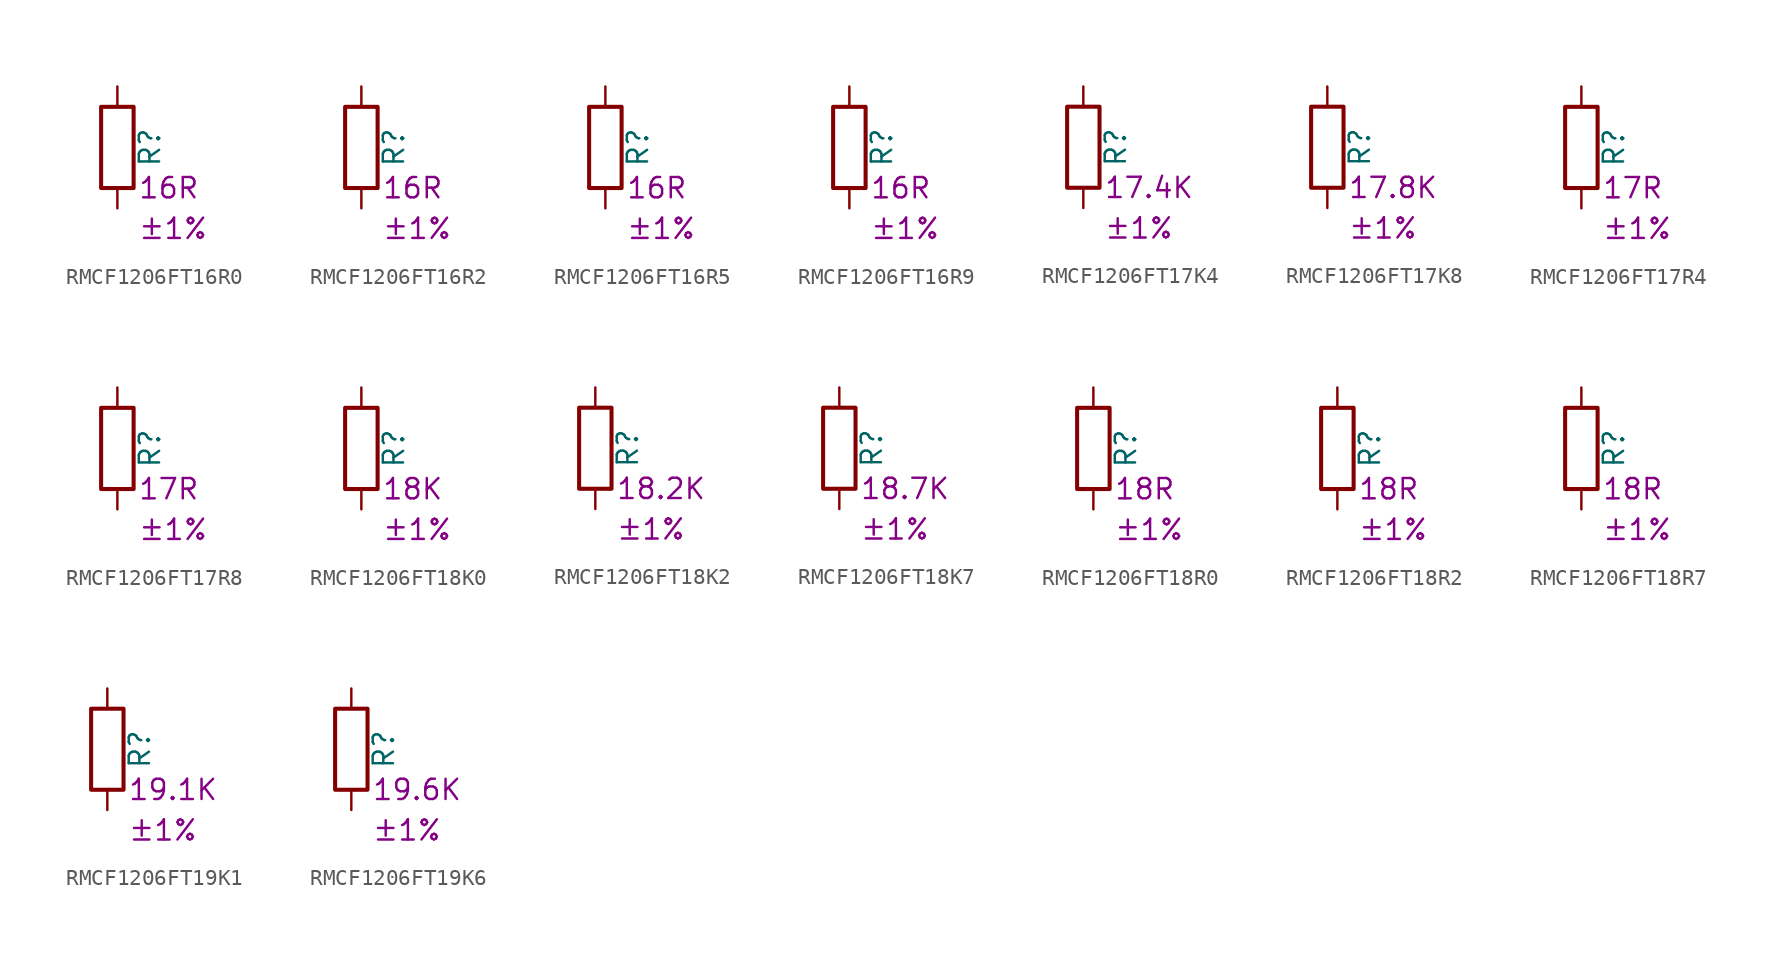
<source format=kicad_sym>
(kicad_symbol_lib
  (version 20220914)
  (generator kicad_symbol_editor)
  (symbol "RMCF1206FT16R0"
    (pin_numbers hide)
    (pin_names
      (offset 0))
    (property "Reference" "R"
      (at 2.032 0 90)
      (effects (font (size 1.27 1.27))))
    (property "Resistance" "16R"
      (at 1.27 -2.54 0)
      (effects (font (size 1.27 1.27)) (justify left)))
    (property "Tolerance" "±1%"
      (at 1.27 -5.08 0)
      (effects (font (size 1.27 1.27)) (justify left)))
    (symbol "RMCF1206FT16R0_0_1"
      (rectangle (start -1.016 -2.54) (end 1.016 2.54) (stroke (width 0.254) (type default)) (fill (type none))))
    (symbol "RMCF1206FT16R0_1_1"
      (pin passive line (at 0 3.81 270) (length 1.27) (name "~" (effects (font (size 1.27 1.27)))) (number "1" (effects (font (size 1.27 1.27)))))
      (pin passive line (at 0 -3.81 90) (length 1.27) (name "~" (effects (font (size 1.27 1.27)))) (number "2" (effects (font (size 1.27 1.27)))))))
  (symbol "RMCF1206FT16R2"
    (pin_numbers hide)
    (pin_names
      (offset 0))
    (property "Reference" "R"
      (at 2.032 0 90)
      (effects (font (size 1.27 1.27))))
    (property "Resistance" "16R"
      (at 1.27 -2.54 0)
      (effects (font (size 1.27 1.27)) (justify left)))
    (property "Tolerance" "±1%"
      (at 1.27 -5.08 0)
      (effects (font (size 1.27 1.27)) (justify left)))
    (symbol "RMCF1206FT16R2_0_1"
      (rectangle (start -1.016 -2.54) (end 1.016 2.54) (stroke (width 0.254) (type default)) (fill (type none))))
    (symbol "RMCF1206FT16R2_1_1"
      (pin passive line (at 0 3.81 270) (length 1.27) (name "~" (effects (font (size 1.27 1.27)))) (number "1" (effects (font (size 1.27 1.27)))))
      (pin passive line (at 0 -3.81 90) (length 1.27) (name "~" (effects (font (size 1.27 1.27)))) (number "2" (effects (font (size 1.27 1.27)))))))
  (symbol "RMCF1206FT16R5"
    (pin_numbers hide)
    (pin_names
      (offset 0))
    (property "Reference" "R"
      (at 2.032 0 90)
      (effects (font (size 1.27 1.27))))
    (property "Resistance" "16R"
      (at 1.27 -2.54 0)
      (effects (font (size 1.27 1.27)) (justify left)))
    (property "Tolerance" "±1%"
      (at 1.27 -5.08 0)
      (effects (font (size 1.27 1.27)) (justify left)))
    (symbol "RMCF1206FT16R5_0_1"
      (rectangle (start -1.016 -2.54) (end 1.016 2.54) (stroke (width 0.254) (type default)) (fill (type none))))
    (symbol "RMCF1206FT16R5_1_1"
      (pin passive line (at 0 3.81 270) (length 1.27) (name "~" (effects (font (size 1.27 1.27)))) (number "1" (effects (font (size 1.27 1.27)))))
      (pin passive line (at 0 -3.81 90) (length 1.27) (name "~" (effects (font (size 1.27 1.27)))) (number "2" (effects (font (size 1.27 1.27)))))))
  (symbol "RMCF1206FT16R9"
    (pin_numbers hide)
    (pin_names
      (offset 0))
    (property "Reference" "R"
      (at 2.032 0 90)
      (effects (font (size 1.27 1.27))))
    (property "Resistance" "16R"
      (at 1.27 -2.54 0)
      (effects (font (size 1.27 1.27)) (justify left)))
    (property "Tolerance" "±1%"
      (at 1.27 -5.08 0)
      (effects (font (size 1.27 1.27)) (justify left)))
    (symbol "RMCF1206FT16R9_0_1"
      (rectangle (start -1.016 -2.54) (end 1.016 2.54) (stroke (width 0.254) (type default)) (fill (type none))))
    (symbol "RMCF1206FT16R9_1_1"
      (pin passive line (at 0 3.81 270) (length 1.27) (name "~" (effects (font (size 1.27 1.27)))) (number "1" (effects (font (size 1.27 1.27)))))
      (pin passive line (at 0 -3.81 90) (length 1.27) (name "~" (effects (font (size 1.27 1.27)))) (number "2" (effects (font (size 1.27 1.27)))))))
  (symbol "RMCF1206FT17K4"
    (pin_numbers hide)
    (pin_names
      (offset 0))
    (property "Reference" "R"
      (at 2.032 0 90)
      (effects (font (size 1.27 1.27))))
    (property "Resistance" "17.4K"
      (at 1.27 -2.54 0)
      (effects (font (size 1.27 1.27)) (justify left)))
    (property "Tolerance" "±1%"
      (at 1.27 -5.08 0)
      (effects (font (size 1.27 1.27)) (justify left)))
    (symbol "RMCF1206FT17K4_0_1"
      (rectangle (start -1.016 -2.54) (end 1.016 2.54) (stroke (width 0.254) (type default)) (fill (type none))))
    (symbol "RMCF1206FT17K4_1_1"
      (pin passive line (at 0 3.81 270) (length 1.27) (name "~" (effects (font (size 1.27 1.27)))) (number "1" (effects (font (size 1.27 1.27)))))
      (pin passive line (at 0 -3.81 90) (length 1.27) (name "~" (effects (font (size 1.27 1.27)))) (number "2" (effects (font (size 1.27 1.27)))))))
  (symbol "RMCF1206FT17K8"
    (pin_numbers hide)
    (pin_names
      (offset 0))
    (property "Reference" "R"
      (at 2.032 0 90)
      (effects (font (size 1.27 1.27))))
    (property "Resistance" "17.8K"
      (at 1.27 -2.54 0)
      (effects (font (size 1.27 1.27)) (justify left)))
    (property "Tolerance" "±1%"
      (at 1.27 -5.08 0)
      (effects (font (size 1.27 1.27)) (justify left)))
    (symbol "RMCF1206FT17K8_0_1"
      (rectangle (start -1.016 -2.54) (end 1.016 2.54) (stroke (width 0.254) (type default)) (fill (type none))))
    (symbol "RMCF1206FT17K8_1_1"
      (pin passive line (at 0 3.81 270) (length 1.27) (name "~" (effects (font (size 1.27 1.27)))) (number "1" (effects (font (size 1.27 1.27)))))
      (pin passive line (at 0 -3.81 90) (length 1.27) (name "~" (effects (font (size 1.27 1.27)))) (number "2" (effects (font (size 1.27 1.27)))))))
  (symbol "RMCF1206FT17R4"
    (pin_numbers hide)
    (pin_names
      (offset 0))
    (property "Reference" "R"
      (at 2.032 0 90)
      (effects (font (size 1.27 1.27))))
    (property "Resistance" "17R"
      (at 1.27 -2.54 0)
      (effects (font (size 1.27 1.27)) (justify left)))
    (property "Tolerance" "±1%"
      (at 1.27 -5.08 0)
      (effects (font (size 1.27 1.27)) (justify left)))
    (symbol "RMCF1206FT17R4_0_1"
      (rectangle (start -1.016 -2.54) (end 1.016 2.54) (stroke (width 0.254) (type default)) (fill (type none))))
    (symbol "RMCF1206FT17R4_1_1"
      (pin passive line (at 0 3.81 270) (length 1.27) (name "~" (effects (font (size 1.27 1.27)))) (number "1" (effects (font (size 1.27 1.27)))))
      (pin passive line (at 0 -3.81 90) (length 1.27) (name "~" (effects (font (size 1.27 1.27)))) (number "2" (effects (font (size 1.27 1.27)))))))
  (symbol "RMCF1206FT17R8"
    (pin_numbers hide)
    (pin_names
      (offset 0))
    (property "Reference" "R"
      (at 2.032 0 90)
      (effects (font (size 1.27 1.27))))
    (property "Resistance" "17R"
      (at 1.27 -2.54 0)
      (effects (font (size 1.27 1.27)) (justify left)))
    (property "Tolerance" "±1%"
      (at 1.27 -5.08 0)
      (effects (font (size 1.27 1.27)) (justify left)))
    (symbol "RMCF1206FT17R8_0_1"
      (rectangle (start -1.016 -2.54) (end 1.016 2.54) (stroke (width 0.254) (type default)) (fill (type none))))
    (symbol "RMCF1206FT17R8_1_1"
      (pin passive line (at 0 3.81 270) (length 1.27) (name "~" (effects (font (size 1.27 1.27)))) (number "1" (effects (font (size 1.27 1.27)))))
      (pin passive line (at 0 -3.81 90) (length 1.27) (name "~" (effects (font (size 1.27 1.27)))) (number "2" (effects (font (size 1.27 1.27)))))))
  (symbol "RMCF1206FT18K0"
    (pin_numbers hide)
    (pin_names
      (offset 0))
    (property "Reference" "R"
      (at 2.032 0 90)
      (effects (font (size 1.27 1.27))))
    (property "Resistance" "18K"
      (at 1.27 -2.54 0)
      (effects (font (size 1.27 1.27)) (justify left)))
    (property "Tolerance" "±1%"
      (at 1.27 -5.08 0)
      (effects (font (size 1.27 1.27)) (justify left)))
    (symbol "RMCF1206FT18K0_0_1"
      (rectangle (start -1.016 -2.54) (end 1.016 2.54) (stroke (width 0.254) (type default)) (fill (type none))))
    (symbol "RMCF1206FT18K0_1_1"
      (pin passive line (at 0 3.81 270) (length 1.27) (name "~" (effects (font (size 1.27 1.27)))) (number "1" (effects (font (size 1.27 1.27)))))
      (pin passive line (at 0 -3.81 90) (length 1.27) (name "~" (effects (font (size 1.27 1.27)))) (number "2" (effects (font (size 1.27 1.27)))))))
  (symbol "RMCF1206FT18K2"
    (pin_numbers hide)
    (pin_names
      (offset 0))
    (property "Reference" "R"
      (at 2.032 0 90)
      (effects (font (size 1.27 1.27))))
    (property "Resistance" "18.2K"
      (at 1.27 -2.54 0)
      (effects (font (size 1.27 1.27)) (justify left)))
    (property "Tolerance" "±1%"
      (at 1.27 -5.08 0)
      (effects (font (size 1.27 1.27)) (justify left)))
    (symbol "RMCF1206FT18K2_0_1"
      (rectangle (start -1.016 -2.54) (end 1.016 2.54) (stroke (width 0.254) (type default)) (fill (type none))))
    (symbol "RMCF1206FT18K2_1_1"
      (pin passive line (at 0 3.81 270) (length 1.27) (name "~" (effects (font (size 1.27 1.27)))) (number "1" (effects (font (size 1.27 1.27)))))
      (pin passive line (at 0 -3.81 90) (length 1.27) (name "~" (effects (font (size 1.27 1.27)))) (number "2" (effects (font (size 1.27 1.27)))))))
  (symbol "RMCF1206FT18K7"
    (pin_numbers hide)
    (pin_names
      (offset 0))
    (property "Reference" "R"
      (at 2.032 0 90)
      (effects (font (size 1.27 1.27))))
    (property "Resistance" "18.7K"
      (at 1.27 -2.54 0)
      (effects (font (size 1.27 1.27)) (justify left)))
    (property "Tolerance" "±1%"
      (at 1.27 -5.08 0)
      (effects (font (size 1.27 1.27)) (justify left)))
    (symbol "RMCF1206FT18K7_0_1"
      (rectangle (start -1.016 -2.54) (end 1.016 2.54) (stroke (width 0.254) (type default)) (fill (type none))))
    (symbol "RMCF1206FT18K7_1_1"
      (pin passive line (at 0 3.81 270) (length 1.27) (name "~" (effects (font (size 1.27 1.27)))) (number "1" (effects (font (size 1.27 1.27)))))
      (pin passive line (at 0 -3.81 90) (length 1.27) (name "~" (effects (font (size 1.27 1.27)))) (number "2" (effects (font (size 1.27 1.27)))))))
  (symbol "RMCF1206FT18R0"
    (pin_numbers hide)
    (pin_names
      (offset 0))
    (property "Reference" "R"
      (at 2.032 0 90)
      (effects (font (size 1.27 1.27))))
    (property "Resistance" "18R"
      (at 1.27 -2.54 0)
      (effects (font (size 1.27 1.27)) (justify left)))
    (property "Tolerance" "±1%"
      (at 1.27 -5.08 0)
      (effects (font (size 1.27 1.27)) (justify left)))
    (symbol "RMCF1206FT18R0_0_1"
      (rectangle (start -1.016 -2.54) (end 1.016 2.54) (stroke (width 0.254) (type default)) (fill (type none))))
    (symbol "RMCF1206FT18R0_1_1"
      (pin passive line (at 0 3.81 270) (length 1.27) (name "~" (effects (font (size 1.27 1.27)))) (number "1" (effects (font (size 1.27 1.27)))))
      (pin passive line (at 0 -3.81 90) (length 1.27) (name "~" (effects (font (size 1.27 1.27)))) (number "2" (effects (font (size 1.27 1.27)))))))
  (symbol "RMCF1206FT18R2"
    (pin_numbers hide)
    (pin_names
      (offset 0))
    (property "Reference" "R"
      (at 2.032 0 90)
      (effects (font (size 1.27 1.27))))
    (property "Resistance" "18R"
      (at 1.27 -2.54 0)
      (effects (font (size 1.27 1.27)) (justify left)))
    (property "Tolerance" "±1%"
      (at 1.27 -5.08 0)
      (effects (font (size 1.27 1.27)) (justify left)))
    (symbol "RMCF1206FT18R2_0_1"
      (rectangle (start -1.016 -2.54) (end 1.016 2.54) (stroke (width 0.254) (type default)) (fill (type none))))
    (symbol "RMCF1206FT18R2_1_1"
      (pin passive line (at 0 3.81 270) (length 1.27) (name "~" (effects (font (size 1.27 1.27)))) (number "1" (effects (font (size 1.27 1.27)))))
      (pin passive line (at 0 -3.81 90) (length 1.27) (name "~" (effects (font (size 1.27 1.27)))) (number "2" (effects (font (size 1.27 1.27)))))))
  (symbol "RMCF1206FT18R7"
    (pin_numbers hide)
    (pin_names
      (offset 0))
    (property "Reference" "R"
      (at 2.032 0 90)
      (effects (font (size 1.27 1.27))))
    (property "Resistance" "18R"
      (at 1.27 -2.54 0)
      (effects (font (size 1.27 1.27)) (justify left)))
    (property "Tolerance" "±1%"
      (at 1.27 -5.08 0)
      (effects (font (size 1.27 1.27)) (justify left)))
    (symbol "RMCF1206FT18R7_0_1"
      (rectangle (start -1.016 -2.54) (end 1.016 2.54) (stroke (width 0.254) (type default)) (fill (type none))))
    (symbol "RMCF1206FT18R7_1_1"
      (pin passive line (at 0 3.81 270) (length 1.27) (name "~" (effects (font (size 1.27 1.27)))) (number "1" (effects (font (size 1.27 1.27)))))
      (pin passive line (at 0 -3.81 90) (length 1.27) (name "~" (effects (font (size 1.27 1.27)))) (number "2" (effects (font (size 1.27 1.27)))))))
  (symbol "RMCF1206FT19K1"
    (pin_numbers hide)
    (pin_names
      (offset 0))
    (property "Reference" "R"
      (at 2.032 0 90)
      (effects (font (size 1.27 1.27))))
    (property "Resistance" "19.1K"
      (at 1.27 -2.54 0)
      (effects (font (size 1.27 1.27)) (justify left)))
    (property "Tolerance" "±1%"
      (at 1.27 -5.08 0)
      (effects (font (size 1.27 1.27)) (justify left)))
    (symbol "RMCF1206FT19K1_0_1"
      (rectangle (start -1.016 -2.54) (end 1.016 2.54) (stroke (width 0.254) (type default)) (fill (type none))))
    (symbol "RMCF1206FT19K1_1_1"
      (pin passive line (at 0 3.81 270) (length 1.27) (name "~" (effects (font (size 1.27 1.27)))) (number "1" (effects (font (size 1.27 1.27)))))
      (pin passive line (at 0 -3.81 90) (length 1.27) (name "~" (effects (font (size 1.27 1.27)))) (number "2" (effects (font (size 1.27 1.27)))))))
  (symbol "RMCF1206FT19K6"
    (pin_numbers hide)
    (pin_names
      (offset 0))
    (property "Reference" "R"
      (at 2.032 0 90)
      (effects (font (size 1.27 1.27))))
    (property "Resistance" "19.6K"
      (at 1.27 -2.54 0)
      (effects (font (size 1.27 1.27)) (justify left)))
    (property "Tolerance" "±1%"
      (at 1.27 -5.08 0)
      (effects (font (size 1.27 1.27)) (justify left)))
    (symbol "RMCF1206FT19K6_0_1"
      (rectangle (start -1.016 -2.54) (end 1.016 2.54) (stroke (width 0.254) (type default)) (fill (type none))))
    (symbol "RMCF1206FT19K6_1_1"
      (pin passive line (at 0 3.81 270) (length 1.27) (name "~" (effects (font (size 1.27 1.27)))) (number "1" (effects (font (size 1.27 1.27)))))
      (pin passive line (at 0 -3.81 90) (length 1.27) (name "~" (effects (font (size 1.27 1.27)))) (number "2" (effects (font (size 1.27 1.27))))))))
</source>
